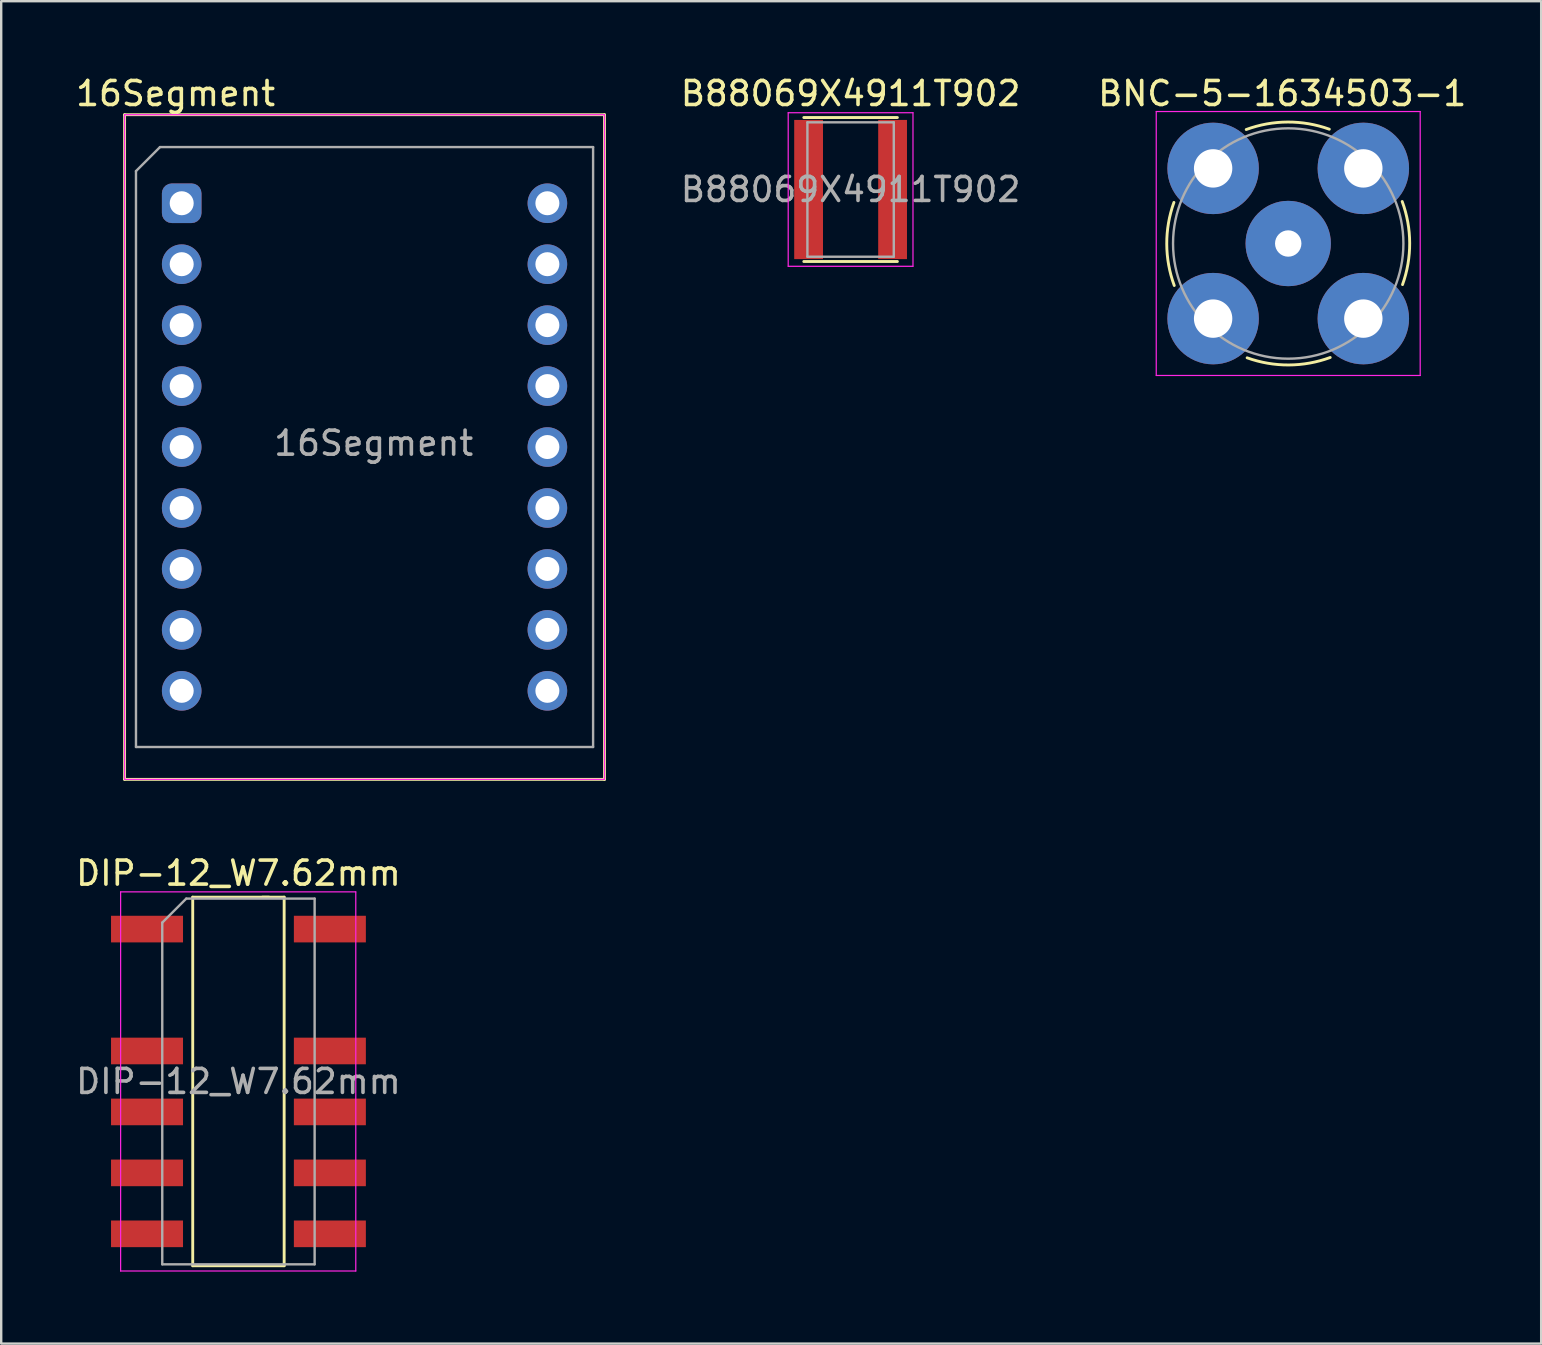
<source format=kicad_pcb>
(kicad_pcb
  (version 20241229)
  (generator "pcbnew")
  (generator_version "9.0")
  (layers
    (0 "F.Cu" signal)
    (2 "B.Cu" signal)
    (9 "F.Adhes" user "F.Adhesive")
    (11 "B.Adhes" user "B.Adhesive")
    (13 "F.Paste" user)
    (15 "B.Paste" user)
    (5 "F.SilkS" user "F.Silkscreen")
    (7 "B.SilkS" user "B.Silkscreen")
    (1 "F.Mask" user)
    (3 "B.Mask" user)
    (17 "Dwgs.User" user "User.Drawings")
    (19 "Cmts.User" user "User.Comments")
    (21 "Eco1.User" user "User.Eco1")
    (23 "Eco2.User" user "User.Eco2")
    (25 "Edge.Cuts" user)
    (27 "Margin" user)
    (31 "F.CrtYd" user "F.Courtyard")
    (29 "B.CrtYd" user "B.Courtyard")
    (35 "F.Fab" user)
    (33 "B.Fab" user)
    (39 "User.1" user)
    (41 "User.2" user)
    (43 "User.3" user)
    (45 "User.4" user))
  (footprint "BNC-5-1634503-1"
    (layer "F.Cu")
    (at 50.636 7.098)
    (property "Reference" "BNC-5-1634503-1" (at -0.25 -6.25 0) (layer "F.SilkS") (effects (font (size 1 1) (thickness 0.15))))
    (attr through_hole)
    (fp_arc (start -4.75 1.75) (mid -5.062075 0.019867) (end -4.763589 -1.712663) (stroke (width 0.12) (type solid)) (layer "F.SilkS"))
    (fp_arc (start -1.75 -4.75) (mid -0.019867 -5.062075) (end 1.712663 -4.763589) (stroke (width 0.12) (type solid)) (layer "F.SilkS"))
    (fp_arc (start 1.75 4.75) (mid 0.019867 5.062075) (end -1.712663 4.763589) (stroke (width 0.12) (type solid)) (layer "F.SilkS"))
    (fp_arc (start 4.75 -1.75) (mid 5.062075 -0.019867) (end 4.763589 1.712663) (stroke (width 0.12) (type solid)) (layer "F.SilkS"))
    (fp_line (start -5.5 -5.5) (end 5.5 -5.5) (stroke (width 0.05) (type solid)) (layer "F.CrtYd"))
    (fp_line (start -5.5 5.5) (end -5.5 -5.5) (stroke (width 0.05) (type solid)) (layer "F.CrtYd"))
    (fp_line (start 5.5 -5.5) (end 5.5 5.5) (stroke (width 0.05) (type solid)) (layer "F.CrtYd"))
    (fp_line (start 5.5 5.5) (end -5.5 5.5) (stroke (width 0.05) (type solid)) (layer "F.CrtYd"))
    (fp_circle (center 0 0) (end 4.8 0) (stroke (width 0.1) (type solid)) (fill no) (layer "F.Fab"))
    (pad "1" thru_hole circle (at 0 0) (size 3.556 3.556) (drill 1.1) (layers "*.Cu" "*.Mask"))
    (pad "2" thru_hole circle (at -3.13 -3.13) (size 3.81 3.81) (drill 1.6) (layers "*.Cu" "*.Mask"))
    (pad "2" thru_hole circle (at -3.13 3.13) (size 3.81 3.81) (drill 1.6) (layers "*.Cu" "*.Mask"))
    (pad "2" thru_hole circle (at 3.13 -3.13) (size 3.81 3.81) (drill 1.6) (layers "*.Cu" "*.Mask"))
    (pad "2" thru_hole circle (at 3.13 3.13) (size 3.81 3.81) (drill 1.6) (layers "*.Cu" "*.Mask")))
  (footprint "DIP-12_W7.62mm"
    (layer "F.Cu")
    (at 3.077 35.669)
    (property "Reference" "DIP-12_W7.62mm" (at 3.81 -2.33 0) (layer "F.SilkS") (effects (font (size 1 1) (thickness 0.15))))
    (attr through_hole)
    (fp_line (start 1.905 14.03) (end 5.716 14.03) (stroke (width 0.12) (type solid)) (layer "F.SilkS"))
    (fp_line (start 1.905 -1.33) (end 1.905 14.03) (stroke (width 0.12) (type solid)) (layer "F.SilkS"))
    (fp_line (start 5.08 -1.33) (end 1.904 -1.33) (stroke (width 0.12) (type solid)) (layer "F.SilkS"))
    (fp_line (start 5.715 14.03) (end 5.715 -1.33) (stroke (width 0.12) (type solid)) (layer "F.SilkS"))
    (fp_line (start 5.717 -1.33) (end 4.81 -1.33) (stroke (width 0.12) (type solid)) (layer "F.SilkS"))
    (fp_line (start -1.1 -1.55) (end -1.1 14.25) (stroke (width 0.05) (type solid)) (layer "F.CrtYd"))
    (fp_line (start -1.1 14.25) (end 8.7 14.25) (stroke (width 0.05) (type solid)) (layer "F.CrtYd"))
    (fp_line (start 8.7 -1.55) (end -1.1 -1.55) (stroke (width 0.05) (type solid)) (layer "F.CrtYd"))
    (fp_line (start 8.7 14.25) (end 8.7 -1.55) (stroke (width 0.05) (type solid)) (layer "F.CrtYd"))
    (fp_line (start 0.635 -0.27) (end 1.635 -1.27) (stroke (width 0.1) (type solid)) (layer "F.Fab"))
    (fp_line (start 0.635 13.97) (end 0.635 -0.27) (stroke (width 0.1) (type solid)) (layer "F.Fab"))
    (fp_line (start 1.635 -1.27) (end 6.985 -1.27) (stroke (width 0.1) (type solid)) (layer "F.Fab"))
    (fp_line (start 6.985 -1.27) (end 6.985 13.97) (stroke (width 0.1) (type solid)) (layer "F.Fab"))
    (fp_line (start 6.985 13.97) (end 0.635 13.97) (stroke (width 0.1) (type solid)) (layer "F.Fab"))
    (fp_text user "${REFERENCE}" (at 3.81 6.35 0) (layer "F.Fab") (effects (font (size 1 1) (thickness 0.15))))
    (pad "1" smd rect (at 0 0) (size 3 1.11) (layers "F.Cu" "F.Mask" "F.Paste"))
    (pad "3" smd rect (at 0 5.08) (size 3 1.11) (layers "F.Cu" "F.Mask" "F.Paste"))
    (pad "4" smd rect (at 0 7.62) (size 3 1.11) (layers "F.Cu" "F.Mask" "F.Paste"))
    (pad "5" smd rect (at 0 10.16) (size 3 1.11) (layers "F.Cu" "F.Mask" "F.Paste"))
    (pad "6" smd rect (at 0 12.7) (size 3 1.11) (layers "F.Cu" "F.Mask" "F.Paste"))
    (pad "7" smd rect (at 7.62 12.7) (size 3 1.11) (layers "F.Cu" "F.Mask" "F.Paste"))
    (pad "8" smd rect (at 7.62 10.16) (size 3 1.11) (layers "F.Cu" "F.Mask" "F.Paste"))
    (pad "9" smd rect (at 7.62 7.62) (size 3 1.11) (layers "F.Cu" "F.Mask" "F.Paste"))
    (pad "10" smd rect (at 7.62 5.08) (size 3 1.11) (layers "F.Cu" "F.Mask" "F.Paste"))
    (pad "12" smd rect (at 7.62 0) (size 3 1.11) (layers "F.Cu" "F.Mask" "F.Paste")))
  (footprint "16Segment"
    (layer "F.Cu")
    (at 4.522 5.42)
    (property "Reference" "16Segment" (at -0.254 -4.572 0) (layer "F.SilkS") (effects (font (size 1 1) (thickness 0.15))))
    (attr through_hole)
    (fp_line (start -2.38 -3.69) (end 17.62 -3.69) (stroke (width 0.12) (type solid)) (layer "F.SilkS"))
    (fp_line (start -2.38 24.01) (end -2.38 -3.69) (stroke (width 0.12) (type solid)) (layer "F.SilkS"))
    (fp_line (start 17.62 -3.69) (end 17.62 24.01) (stroke (width 0.12) (type solid)) (layer "F.SilkS"))
    (fp_line (start 17.62 24.01) (end -2.38 24.01) (stroke (width 0.12) (type solid)) (layer "F.SilkS"))
    (fp_line (start -2.38 -3.69) (end 17.62 -3.69) (stroke (width 0.05) (type solid)) (layer "F.CrtYd"))
    (fp_line (start -2.38 24.01) (end -2.38 -3.69) (stroke (width 0.05) (type solid)) (layer "F.CrtYd"))
    (fp_line (start 17.62 -3.69) (end 17.62 24.01) (stroke (width 0.05) (type solid)) (layer "F.CrtYd"))
    (fp_line (start 17.62 24.01) (end -2.38 24.01) (stroke (width 0.05) (type solid)) (layer "F.CrtYd"))
    (fp_line (start -1.905 -1.34) (end -0.905 -2.34) (stroke (width 0.1) (type solid)) (layer "F.Fab"))
    (fp_line (start -1.905 22.66) (end -1.905 -1.34) (stroke (width 0.1) (type solid)) (layer "F.Fab"))
    (fp_line (start -0.905 -2.34) (end 17.145 -2.34) (stroke (width 0.1) (type solid)) (layer "F.Fab"))
    (fp_line (start 17.145 -2.34) (end 17.145 22.66) (stroke (width 0.1) (type solid)) (layer "F.Fab"))
    (fp_line (start 17.145 22.66) (end -1.905 22.66) (stroke (width 0.1) (type solid)) (layer "F.Fab"))
    (fp_text user "${REFERENCE}" (at 8 10 0) (layer "F.Fab") (effects (font (size 1 1) (thickness 0.15))))
    (pad "1" thru_hole roundrect (at 0 0) (size 1.65 1.65) (drill 1) (layers "*.Cu" "*.Mask") (roundrect_rratio 0.25))
    (pad "2" thru_hole circle (at 0 2.54) (size 1.65 1.65) (drill 1) (layers "*.Cu" "*.Mask"))
    (pad "3" thru_hole circle (at 0 5.08) (size 1.65 1.65) (drill 1) (layers "*.Cu" "*.Mask"))
    (pad "4" thru_hole circle (at 0 7.62) (size 1.65 1.65) (drill 1) (layers "*.Cu" "*.Mask"))
    (pad "5" thru_hole circle (at 0 10.16) (size 1.65 1.65) (drill 1) (layers "*.Cu" "*.Mask"))
    (pad "6" thru_hole circle (at 0 12.7) (size 1.65 1.65) (drill 1) (layers "*.Cu" "*.Mask"))
    (pad "7" thru_hole circle (at 0 15.24) (size 1.65 1.65) (drill 1) (layers "*.Cu" "*.Mask"))
    (pad "8" thru_hole circle (at 0 17.78) (size 1.65 1.65) (drill 1) (layers "*.Cu" "*.Mask"))
    (pad "9" thru_hole circle (at 0 20.32) (size 1.65 1.65) (drill 1) (layers "*.Cu" "*.Mask"))
    (pad "10" thru_hole circle (at 15.24 20.32) (size 1.65 1.65) (drill 1) (layers "*.Cu" "*.Mask"))
    (pad "11" thru_hole circle (at 15.24 17.78) (size 1.65 1.65) (drill 1) (layers "*.Cu" "*.Mask"))
    (pad "12" thru_hole circle (at 15.24 15.24) (size 1.65 1.65) (drill 1) (layers "*.Cu" "*.Mask"))
    (pad "13" thru_hole circle (at 15.24 12.7) (size 1.65 1.65) (drill 1) (layers "*.Cu" "*.Mask"))
    (pad "14" thru_hole circle (at 15.24 10.16) (size 1.65 1.65) (drill 1) (layers "*.Cu" "*.Mask"))
    (pad "15" thru_hole circle (at 15.24 7.62) (size 1.65 1.65) (drill 1) (layers "*.Cu" "*.Mask"))
    (pad "16" thru_hole circle (at 15.24 5.08) (size 1.65 1.65) (drill 1) (layers "*.Cu" "*.Mask"))
    (pad "17" thru_hole circle (at 15.24 2.54) (size 1.65 1.65) (drill 1) (layers "*.Cu" "*.Mask"))
    (pad "18" thru_hole circle (at 15.24 0) (size 1.65 1.65) (drill 1) (layers "*.Cu" "*.Mask")))
  (footprint "B88069X4911T902"
    (layer "F.Cu")
    (at 32.398 4.848)
    (property "Reference" "B88069X4911T902" (at 0 -4 0) (layer "F.SilkS") (effects (font (size 1 1) (thickness 0.15))))
    (attr smd)
    (fp_line (start -1.95 -3) (end 1.95 -3) (stroke (width 0.12) (type solid)) (layer "F.SilkS"))
    (fp_line (start 1.95 3) (end -1.95 3) (stroke (width 0.12) (type solid)) (layer "F.SilkS"))
    (fp_line (start -2.6 -3.2) (end -2.6 3.2) (stroke (width 0.05) (type solid)) (layer "F.CrtYd"))
    (fp_line (start -2.6 -3.2) (end 2.6 -3.2) (stroke (width 0.05) (type solid)) (layer "F.CrtYd"))
    (fp_line (start 2.6 3.2) (end -2.6 3.2) (stroke (width 0.05) (type solid)) (layer "F.CrtYd"))
    (fp_line (start 2.6 3.2) (end 2.6 -3.2) (stroke (width 0.05) (type solid)) (layer "F.CrtYd"))
    (fp_line (start -1.8 -2.8) (end 1.8 -2.8) (stroke (width 0.1) (type solid)) (layer "F.Fab"))
    (fp_line (start -1.8 2.8) (end -1.8 -2.8) (stroke (width 0.1) (type solid)) (layer "F.Fab"))
    (fp_line (start 1.8 -2.8) (end 1.8 2.8) (stroke (width 0.1) (type solid)) (layer "F.Fab"))
    (fp_line (start 1.8 2.8) (end -1.8 2.8) (stroke (width 0.1) (type solid)) (layer "F.Fab"))
    (fp_text user "${REFERENCE}" (at 0 0 0) (layer "F.Fab") (effects (font (size 1 1) (thickness 0.15))))
    (pad "1" smd rect (at -1.75 0) (size 1.2 5.8) (layers "F.Cu" "F.Mask" "F.Paste"))
    (pad "2" smd rect (at 1.75 0) (size 1.2 5.8) (layers "F.Cu" "F.Mask" "F.Paste")))
  (gr_rect
    (start -3 -3)
    (end 61.178 52.944)
    (stroke (width 0.1) (type default))
    (fill no)
    (layer "Edge.Cuts")))
</source>
